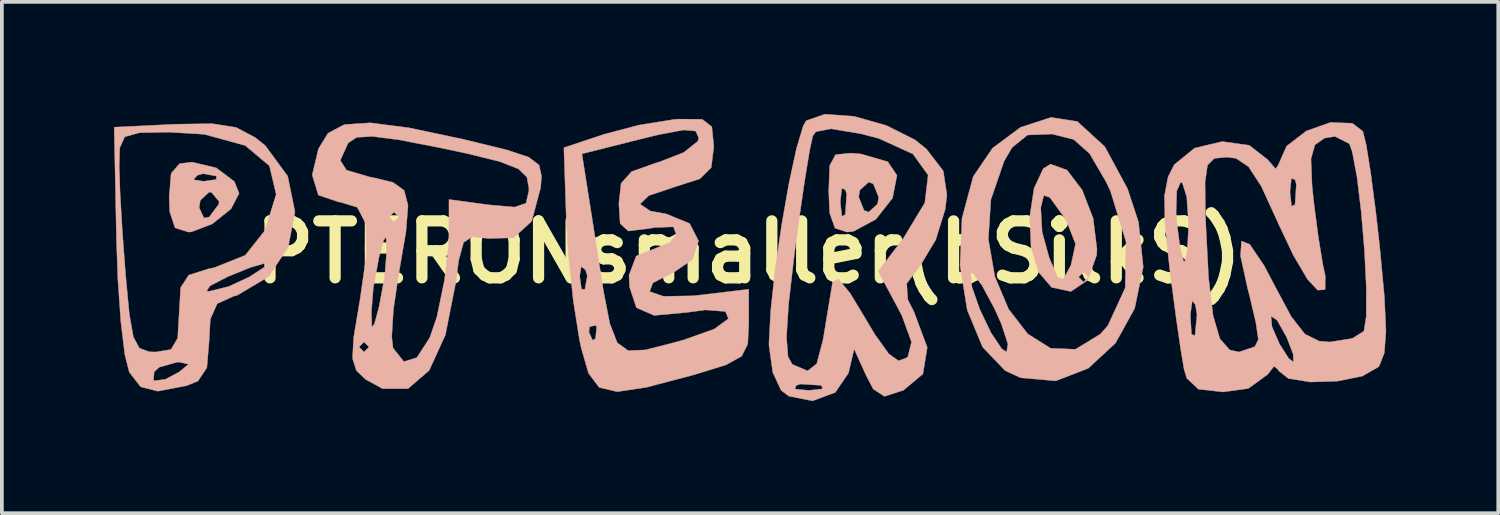
<source format=kicad_pcb>
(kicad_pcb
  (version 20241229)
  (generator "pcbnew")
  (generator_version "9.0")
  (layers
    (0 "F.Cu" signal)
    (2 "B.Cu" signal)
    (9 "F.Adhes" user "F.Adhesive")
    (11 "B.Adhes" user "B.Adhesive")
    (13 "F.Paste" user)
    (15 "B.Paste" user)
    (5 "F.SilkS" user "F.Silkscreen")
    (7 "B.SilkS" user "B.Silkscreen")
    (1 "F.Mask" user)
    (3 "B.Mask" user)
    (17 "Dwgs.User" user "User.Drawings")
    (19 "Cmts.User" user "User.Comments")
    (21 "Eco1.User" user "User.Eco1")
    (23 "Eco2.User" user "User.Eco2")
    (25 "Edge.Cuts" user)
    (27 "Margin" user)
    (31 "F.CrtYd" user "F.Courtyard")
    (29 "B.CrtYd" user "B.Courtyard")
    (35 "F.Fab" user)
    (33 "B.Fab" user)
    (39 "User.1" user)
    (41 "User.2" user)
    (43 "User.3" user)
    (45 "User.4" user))
  (footprint "PTERONsmaller(bSilkS)"
    (layer "F.Cu")
    (at 16.983 3.694)
    (property "Reference" "PTERONsmaller(bSilkS)" (at 0 0 0) (layer "F.SilkS") (effects (font (size 1.524 1.524) (thickness 0.3))))
    (attr through_hole)
    (fp_poly (pts (xy -14.246 -2.253) (xy -13.762 -1.887) (xy -13.636 -1.57) (xy -13.853 -1.154) (xy -14.354 -0.753) (xy -14.912 -0.54) (xy -14.992 -0.535) (xy -15.349 -0.647) (xy -15.492 -1.077) (xy -15.496 -1.187) (xy -14.705 -1.187) (xy -14.576 -0.911) (xy -14.438 -0.936) (xy -14.181 -1.278) (xy -14.171 -1.353) (xy -14.374 -1.597) (xy -14.438 -1.604) (xy -14.673 -1.387) (xy -14.705 -1.187) (xy -15.496 -1.187) (xy -15.507 -1.471) (xy -15.469 -1.936) (xy -14.857 -1.936) (xy -14.594 -1.893) (xy -14.247 -1.942) (xy -14.243 -2.033) (xy -14.601 -2.097) (xy -14.755 -2.054) (xy -14.857 -1.936) (xy -15.469 -1.936) (xy -15.454 -2.107) (xy -15.228 -2.366) (xy -14.892 -2.406) (xy -14.246 -2.253)) (stroke (width 0.01) (type solid)) (fill yes) (layer "B.SilkS"))
    (fp_poly (pts (xy 3.006 -2.624) (xy 3.72 -2.416) (xy 3.965 -2.052) (xy 3.847 -1.444) (xy 3.399 -0.876) (xy 2.8 -0.553) (xy 2.632 -0.535) (xy 2.308 -0.639) (xy 2.165 -1.041) (xy 2.151 -1.337) (xy 2.449 -1.337) (xy 2.491 -0.957) (xy 2.583 -1.003) (xy 2.614 -1.471) (xy 2.941 -1.471) (xy 3.085 -1.115) (xy 3.208 -1.069) (xy 3.446 -1.286) (xy 3.476 -1.471) (xy 3.331 -1.826) (xy 3.208 -1.872) (xy 2.971 -1.655) (xy 2.941 -1.471) (xy 2.614 -1.471) (xy 2.619 -1.55) (xy 2.583 -1.671) (xy 2.486 -1.705) (xy 2.449 -1.337) (xy 2.151 -1.337) (xy 2.139 -1.621) (xy 2.164 -2.31) (xy 2.32 -2.605) (xy 2.728 -2.648) (xy 3.006 -2.624)) (stroke (width 0.01) (type solid)) (fill yes) (layer "B.SilkS"))
    (fp_poly (pts (xy 8.514 -2.195) (xy 8.921 -1.659) (xy 9.214 -0.901) (xy 9.316 -0.076) (xy 9.307 0.084) (xy 9.068 0.753) (xy 8.617 1.055) (xy 8.103 0.944) (xy 7.757 0.541) (xy 7.552 -0.139) (xy 7.518 -0.95) (xy 7.554 -1.186) (xy 7.812 -1.186) (xy 7.849 -0.539) (xy 8.038 0.151) (xy 8.262 0.671) (xy 8.413 0.73) (xy 8.446 0.668) (xy 8.823 0.668) (xy 8.957 0.802) (xy 9.091 0.668) (xy 8.957 0.535) (xy 8.823 0.668) (xy 8.446 0.668) (xy 8.61 0.369) (xy 8.622 0.343) (xy 8.743 -0.219) (xy 8.504 -0.824) (xy 8.395 -0.993) (xy 8.053 -1.464) (xy 7.892 -1.514) (xy 7.812 -1.186) (xy 7.554 -1.186) (xy 7.633 -1.708) (xy 7.878 -2.231) (xy 8.072 -2.354) (xy 8.514 -2.195)) (stroke (width 0.01) (type solid)) (fill yes) (layer "B.SilkS"))
    (fp_poly (pts (xy 8.791 -3.493) (xy 9.526 -2.821) (xy 10.135 -1.692) (xy 10.427 -0.805) (xy 10.554 0.4) (xy 10.325 1.507) (xy 9.811 2.437) (xy 9.083 3.11) (xy 8.215 3.446) (xy 7.278 3.364) (xy 6.86 3.173) (xy 6.255 2.541) (xy 5.845 1.552) (xy 5.685 0.559) (xy 5.935 0.559) (xy 5.971 0.937) (xy 6.183 1.536) (xy 6.479 2.154) (xy 6.767 2.587) (xy 6.898 2.674) (xy 6.934 2.462) (xy 6.758 1.92) (xy 6.578 1.52) (xy 6.24 0.892) (xy 5.999 0.565) (xy 5.935 0.559) (xy 5.685 0.559) (xy 5.653 0.355) (xy 5.682 -0.346) (xy 6.41 -0.346) (xy 6.583 0.655) (xy 6.951 1.525) (xy 7.464 2.19) (xy 8.077 2.574) (xy 8.739 2.601) (xy 9.406 2.195) (xy 9.606 1.969) (xy 10.072 0.958) (xy 10.095 -0.271) (xy 9.674 -1.64) (xy 9.558 -1.882) (xy 9.12 -2.633) (xy 8.693 -3.012) (xy 8.121 -3.156) (xy 8.103 -3.157) (xy 7.457 -3.132) (xy 7.047 -2.8) (xy 6.833 -2.435) (xy 6.477 -1.401) (xy 6.41 -0.346) (xy 5.682 -0.346) (xy 5.704 -0.901) (xy 6.006 -2.023) (xy 6.524 -2.783) (xy 7.273 -3.339) (xy 8.087 -3.603) (xy 8.791 -3.493)) (stroke (width 0.01) (type solid)) (fill yes) (layer "B.SilkS"))
    (fp_poly (pts (xy -13.714 -3.334) (xy -13.209 -3.067) (xy -12.935 -2.848) (xy -12.336 -2.032) (xy -12.141 -1.079) (xy -12.322 -0.134) (xy -12.847 0.659) (xy -13.687 1.156) (xy -13.789 1.184) (xy -14.222 1.381) (xy -14.406 1.793) (xy -14.438 2.38) (xy -14.498 3.093) (xy -14.736 3.45) (xy -15.039 3.575) (xy -15.811 3.722) (xy -16.269 3.607) (xy -16.395 3.445) (xy -15.93 3.445) (xy -15.611 3.405) (xy -15.24 3.208) (xy -14.989 3.001) (xy -15.23 2.946) (xy -15.291 2.945) (xy -15.774 3.081) (xy -15.908 3.208) (xy -15.93 3.445) (xy -16.395 3.445) (xy -16.574 3.214) (xy -16.694 2.74) (xy -16.8 1.865) (xy -16.88 0.721) (xy -16.917 -0.329) (xy -16.957 -2.313) (xy -16.844 -2.313) (xy -16.821 -1.6) (xy -16.761 -0.57) (xy -16.677 0.561) (xy -16.671 0.628) (xy -16.573 1.662) (xy -16.464 2.273) (xy -16.303 2.571) (xy -16.045 2.667) (xy -15.869 2.674) (xy -15.458 2.606) (xy -15.279 2.303) (xy -15.24 1.634) (xy -15.205 1.04) (xy -14.504 1.04) (xy -14.438 1.05) (xy -13.918 0.923) (xy -13.368 0.668) (xy -12.917 0.376) (xy -12.92 0.291) (xy -13.341 0.415) (xy -13.939 0.658) (xy -14.415 0.904) (xy -14.504 1.04) (xy -15.205 1.04) (xy -15.2 0.95) (xy -14.983 0.616) (xy -14.45 0.447) (xy -14.305 0.419) (xy -13.471 0.086) (xy -12.946 -0.576) (xy -12.644 -1.544) (xy -12.825 -2.308) (xy -13.472 -2.85) (xy -14.566 -3.151) (xy -15.52 -3.208) (xy -16.306 -3.193) (xy -16.697 -3.083) (xy -16.83 -2.786) (xy -16.844 -2.313) (xy -16.957 -2.313) (xy -16.978 -3.342) (xy -15.336 -3.421) (xy -14.358 -3.436) (xy -13.714 -3.334)) (stroke (width 0.01) (type solid)) (fill yes) (layer "B.SilkS"))
    (fp_poly (pts (xy 2.815 -3.632) (xy 3.68 -3.388) (xy 4.451 -3.001) (xy 4.754 -2.757) (xy 5.205 -2.169) (xy 5.302 -1.524) (xy 5.256 -1.145) (xy 5.001 -0.325) (xy 4.595 0.35) (xy 4.575 0.373) (xy 4.226 0.841) (xy 4.254 1.269) (xy 4.422 1.604) (xy 4.776 2.551) (xy 4.659 3.262) (xy 4.137 3.698) (xy 3.629 3.861) (xy 3.33 3.665) (xy 3.14 3.3) (xy 2.819 2.594) (xy 2.669 3.235) (xy 2.315 3.755) (xy 1.707 3.981) (xy 1.071 3.855) (xy 0.867 3.701) (xy 0.85 3.664) (xy 1.236 3.664) (xy 1.604 3.701) (xy 1.984 3.659) (xy 1.938 3.566) (xy 1.391 3.531) (xy 1.27 3.566) (xy 1.236 3.664) (xy 0.85 3.664) (xy 0.643 3.223) (xy 0.541 2.499) (xy 0.541 2.42) (xy 0.548 2.28) (xy 1.009 2.28) (xy 1.051 2.804) (xy 1.166 3.004) (xy 1.573 3.179) (xy 1.818 2.989) (xy 1.985 2.356) (xy 2.011 2.206) (xy 2.137 1.438) (xy 2.234 0.858) (xy 2.244 0.802) (xy 2.395 0.719) (xy 2.709 1.096) (xy 2.827 1.29) (xy 3.378 2.209) (xy 3.748 2.725) (xy 4.007 2.908) (xy 4.22 2.831) (xy 4.257 2.797) (xy 4.354 2.406) (xy 4.101 1.71) (xy 4.001 1.517) (xy 3.464 0.515) (xy 4.138 -0.37) (xy 4.71 -1.317) (xy 4.799 -2.058) (xy 4.393 -2.623) (xy 3.481 -3.04) (xy 2.98 -3.17) (xy 2.194 -3.298) (xy 1.798 -3.221) (xy 1.712 -3.105) (xy 1.628 -2.717) (xy 1.498 -1.926) (xy 1.343 -0.859) (xy 1.225 0.013) (xy 1.067 1.373) (xy 1.009 2.28) (xy 0.548 2.28) (xy 0.589 1.545) (xy 0.709 0.452) (xy 0.879 -0.723) (xy 1.076 -1.843) (xy 1.277 -2.773) (xy 1.458 -3.377) (xy 1.537 -3.515) (xy 2.038 -3.689) (xy 2.815 -3.632)) (stroke (width 0.01) (type solid)) (fill yes) (layer "B.SilkS"))
    (fp_poly (pts (xy -1.245 -3.552) (xy -0.987 -3.351) (xy -0.936 -2.827) (xy -0.936 -2.807) (xy -1.004 -2.261) (xy -1.309 -1.959) (xy -1.938 -1.758) (xy -2.672 -1.513) (xy -2.908 -1.283) (xy -2.637 -1.099) (xy -2.206 -1.02) (xy -1.582 -0.764) (xy -1.343 -0.298) (xy -1.512 0.204) (xy -1.987 0.528) (xy -2.567 0.826) (xy -2.651 1.057) (xy -2.278 1.184) (xy -1.487 1.17) (xy -1.337 1.153) (xy 0 0.995) (xy 0 1.933) (xy -0.027 2.459) (xy -0.189 2.785) (xy -0.607 3.018) (xy -1.404 3.264) (xy -1.555 3.307) (xy -2.741 3.619) (xy -3.521 3.736) (xy -4.002 3.622) (xy -4.287 3.244) (xy -4.482 2.568) (xy -4.531 2.339) (xy -4.562 2.139) (xy -4.278 2.139) (xy -4.18 2.359) (xy -4.1 2.317) (xy -4.068 2) (xy -4.1 1.961) (xy -4.259 1.997) (xy -4.278 2.139) (xy -4.562 2.139) (xy -4.696 1.297) (xy -4.763 0.646) (xy -4.524 0.646) (xy -4.475 0.993) (xy -4.384 0.997) (xy -4.32 0.639) (xy -4.363 0.485) (xy -4.481 0.383) (xy -4.524 0.646) (xy -4.763 0.646) (xy -4.827 0.032) (xy -4.884 -0.929) (xy -4.941 -2.628) (xy -4.464 -2.628) (xy -4.099 -0.312) (xy -3.89 1.027) (xy -3.718 1.915) (xy -3.518 2.427) (xy -3.224 2.637) (xy -2.77 2.618) (xy -2.091 2.446) (xy -1.742 2.351) (xy -0.92 2.058) (xy -0.544 1.782) (xy -0.623 1.59) (xy -1.16 1.548) (xy -1.67 1.616) (xy -2.532 1.695) (xy -3.006 1.489) (xy -3.19 0.935) (xy -3.204 0.62) (xy -3.012 0.107) (xy -2.628 -0.048) (xy -2.117 -0.252) (xy -1.938 -0.466) (xy -2.017 -0.675) (xy -2.514 -0.658) (xy -2.652 -0.633) (xy -3.222 -0.563) (xy -3.441 -0.762) (xy -3.476 -1.293) (xy -3.415 -1.84) (xy -3.135 -2.153) (xy -2.487 -2.384) (xy -2.406 -2.406) (xy -1.741 -2.664) (xy -1.367 -2.962) (xy -1.337 -3.055) (xy -1.421 -3.237) (xy -1.747 -3.266) (xy -2.423 -3.139) (xy -2.9 -3.022) (xy -4.464 -2.628) (xy -4.941 -2.628) (xy -4.946 -2.793) (xy -3.877 -3.15) (xy -2.93 -3.4) (xy -1.996 -3.549) (xy -1.872 -3.558) (xy -1.245 -3.552)) (stroke (width 0.01) (type solid)) (fill yes) (layer "B.SilkS"))
    (fp_poly (pts (xy -9.097 -3.326) (xy -7.646 -3.019) (xy -7.486 -2.981) (xy -6.478 -2.735) (xy -5.887 -2.539) (xy -5.61 -2.327) (xy -5.544 -2.03) (xy -5.568 -1.725) (xy -5.809 -0.822) (xy -6.293 -0.382) (xy -6.968 -0.364) (xy -7.395 -0.413) (xy -7.63 -0.258) (xy -7.761 0.222) (xy -7.84 0.821) (xy -8.116 2.214) (xy -8.55 3.167) (xy -9.118 3.655) (xy -9.797 3.655) (xy -10.246 3.41) (xy -10.497 3.173) (xy -10.601 2.846) (xy -10.585 2.54) (xy -10.427 2.54) (xy -10.294 2.674) (xy -10.16 2.54) (xy -10.294 2.406) (xy -10.427 2.54) (xy -10.585 2.54) (xy -10.571 2.287) (xy -10.457 1.604) (xy -10.097 1.604) (xy -10.083 2.003) (xy -10.016 1.924) (xy -9.893 1.471) (xy -9.74 0.647) (xy -9.689 0) (xy -9.703 -0.399) (xy -9.769 -0.32) (xy -9.893 0.134) (xy -10.045 0.957) (xy -10.097 1.604) (xy -10.457 1.604) (xy -10.416 1.355) (xy -10.404 1.292) (xy -10.225 0.05) (xy -10.244 -0.757) (xy -10.338 -0.936) (xy -9.625 -0.936) (xy -9.492 -0.802) (xy -9.358 -0.936) (xy -9.492 -1.069) (xy -9.625 -0.936) (xy -10.338 -0.936) (xy -10.475 -1.197) (xy -10.932 -1.337) (xy -10.962 -1.337) (xy -11.514 -1.523) (xy -11.68 -2.062) (xy -11.587 -2.453) (xy -10.929 -2.453) (xy -10.762 -2.191) (xy -10.148 -2.011) (xy -10.026 -1.988) (xy -9.516 -1.863) (xy -9.221 -1.652) (xy -9.116 -1.248) (xy -9.172 -0.541) (xy -9.364 0.577) (xy -9.376 0.646) (xy -9.508 1.547) (xy -9.552 2.265) (xy -9.518 2.566) (xy -9.229 2.931) (xy -8.879 2.823) (xy -8.535 2.29) (xy -8.344 1.734) (xy -8.14 0.75) (xy -8.028 -0.214) (xy -8.021 -0.44) (xy -8.021 -1.407) (xy -6.952 -1.264) (xy -6.267 -1.203) (xy -5.96 -1.307) (xy -5.883 -1.638) (xy -5.882 -1.708) (xy -5.936 -2.004) (xy -6.164 -2.226) (xy -6.666 -2.422) (xy -7.543 -2.638) (xy -8.191 -2.776) (xy -9.337 -3) (xy -10.069 -3.095) (xy -10.492 -3.069) (xy -10.709 -2.925) (xy -10.727 -2.898) (xy -10.929 -2.453) (xy -11.587 -2.453) (xy -11.514 -2.761) (xy -11.257 -3.18) (xy -10.822 -3.411) (xy -10.129 -3.458) (xy -9.097 -3.326)) (stroke (width 0.01) (type solid)) (fill yes) (layer "B.SilkS"))
    (fp_poly (pts (xy 16.147 -3.447) (xy 16.429 -3.231) (xy 16.518 -2.878) (xy 16.64 -2.114) (xy 16.777 -1.063) (xy 16.879 -0.157) (xy 17.006 1.195) (xy 17.048 2.114) (xy 17.004 2.696) (xy 16.874 3.035) (xy 16.844 3.075) (xy 16.417 3.318) (xy 15.749 3.454) (xy 15.027 3.477) (xy 14.438 3.383) (xy 14.165 3.167) (xy 14.162 3.142) (xy 14.054 3.055) (xy 13.882 3.275) (xy 13.365 3.65) (xy 12.692 3.743) (xy 12.029 3.668) (xy 11.719 3.377) (xy 11.647 3.142) (xy 11.555 2.595) (xy 11.431 1.738) (xy 11.816 1.738) (xy 11.845 2.195) (xy 11.929 2.235) (xy 11.94 2.211) (xy 11.992 1.68) (xy 11.949 1.409) (xy 11.864 1.3) (xy 11.818 1.655) (xy 11.816 1.738) (xy 11.431 1.738) (xy 11.425 1.693) (xy 11.283 0.615) (xy 11.256 0.401) (xy 11.136 -0.745) (xy 11.13 -1.047) (xy 11.433 -1.047) (xy 11.451 -0.802) (xy 11.538 -0.133) (xy 11.632 0.24) (xy 11.659 0.267) (xy 11.725 0.03) (xy 11.762 -0.563) (xy 11.764 -0.802) (xy 11.718 -1.472) (xy 11.603 -1.844) (xy 11.557 -1.872) (xy 11.45 -1.636) (xy 11.433 -1.047) (xy 11.13 -1.047) (xy 11.121 -1.504) (xy 11.193 -1.879) (xy 12.208 -1.879) (xy 12.217 -1.043) (xy 12.225 -0.802) (xy 12.301 0.678) (xy 12.421 1.695) (xy 12.604 2.318) (xy 12.867 2.618) (xy 13.113 2.674) (xy 13.54 2.531) (xy 13.634 2.339) (xy 13.566 1.879) (xy 13.527 1.714) (xy 13.972 1.714) (xy 13.998 1.995) (xy 14.2 2.459) (xy 14.449 2.849) (xy 14.575 2.941) (xy 14.566 2.733) (xy 14.389 2.272) (xy 14.134 1.823) (xy 13.972 1.714) (xy 13.527 1.714) (xy 13.397 1.162) (xy 13.35 0.987) (xy 13.157 0.106) (xy 13.182 -0.294) (xy 13.401 -0.21) (xy 13.789 0.363) (xy 14.055 0.869) (xy 14.513 1.726) (xy 14.879 2.194) (xy 15.26 2.382) (xy 15.547 2.406) (xy 16.149 2.31) (xy 16.457 2.116) (xy 16.521 1.717) (xy 16.522 0.947) (xy 16.473 -0.037) (xy 16.386 -1.075) (xy 16.273 -2.011) (xy 16.146 -2.685) (xy 16.068 -2.9) (xy 15.683 -3.094) (xy 15.404 -3.049) (xy 15.146 -2.867) (xy 15.042 -2.492) (xy 15.07 -1.786) (xy 15.113 -1.369) (xy 15.233 -0.442) (xy 15.357 0.325) (xy 15.424 0.633) (xy 15.42 1.006) (xy 15.219 1.018) (xy 14.949 0.729) (xy 14.567 0.08) (xy 14.155 -0.791) (xy 14.144 -0.818) (xy 13.784 -1.604) (xy 14.48 -1.604) (xy 14.522 -1.225) (xy 14.615 -1.27) (xy 14.65 -1.817) (xy 14.615 -1.938) (xy 14.517 -1.972) (xy 14.48 -1.604) (xy 13.784 -1.604) (xy 13.715 -1.755) (xy 13.371 -2.284) (xy 13.032 -2.509) (xy 12.789 -2.54) (xy 12.455 -2.507) (xy 12.274 -2.326) (xy 12.208 -1.879) (xy 11.193 -1.879) (xy 11.22 -2.015) (xy 11.384 -2.339) (xy 11.927 -2.781) (xy 12.667 -2.957) (xy 13.391 -2.857) (xy 13.882 -2.473) (xy 14.098 -2.227) (xy 14.162 -2.32) (xy 14.388 -2.832) (xy 14.916 -3.239) (xy 15.563 -3.468) (xy 16.147 -3.447)) (stroke (width 0.01) (type solid)) (fill yes) (layer "B.SilkS")))
  (gr_rect
    (start -3 -3)
    (end 37.036 10.68)
    (stroke (width 0.1) (type default))
    (fill no)
    (layer "Edge.Cuts")))
</source>
